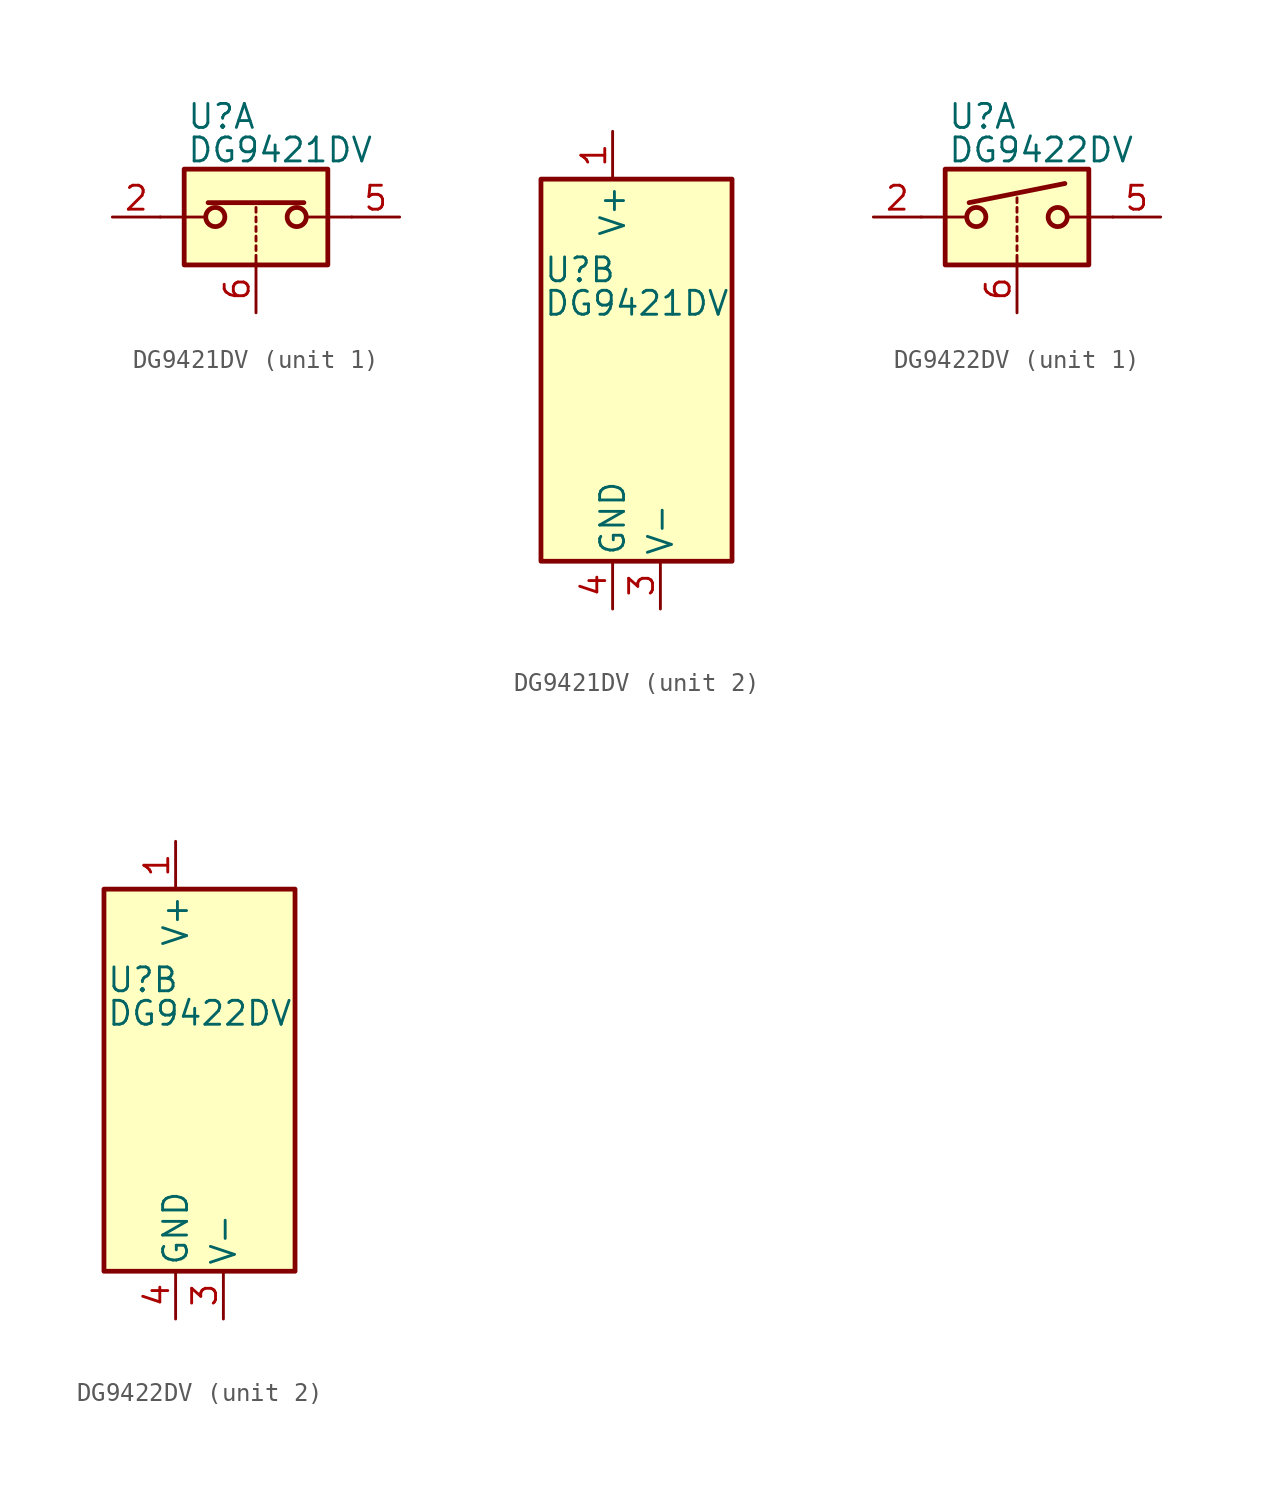
<source format=kicad_sym>
(kicad_symbol_lib
  (version 20211014)
  (generator kicad_symbol_editor)
  (symbol "DG9421DV"
    (pin_names
      (offset 0.254))
    (property "Reference" "U"
      (at -3.683 5.334 0)
      (effects (font (size 1.27 1.27)) (justify left)))
    (property "Value" "DG9421DV"
      (at -3.683 3.556 0)
      (effects (font (size 1.27 1.27)) (justify left)))
    (symbol "DG9421DV_1_1"
      (rectangle (start -3.81 2.54) (end 3.81 -2.54) (stroke (width 0.254) (type default) (color 0 0 0 0)) (fill (type background)))
      (circle (center -2.159 0) (radius 0.508) (stroke (width 0.254) (type default) (color 0 0 0 0)) (fill (type none)))
      (polyline (pts (xy -5.08 0) (xy -2.794 0)) (stroke (width 0) (type default) (color 0 0 0 0)) (fill (type none)))
      (polyline (pts (xy -2.54 0.762) (xy 2.54 0.762)) (stroke (width 0.254) (type default) (color 0 0 0 0)) (fill (type none)))
      (polyline (pts (xy 0 -2.54) (xy 0 -2.032)) (stroke (width 0) (type default) (color 0 0 0 0)) (fill (type none)))
      (polyline (pts (xy 0 -1.778) (xy 0 -1.524)) (stroke (width 0) (type default) (color 0 0 0 0)) (fill (type none)))
      (polyline (pts (xy 0 -1.27) (xy 0 -1.016)) (stroke (width 0) (type default) (color 0 0 0 0)) (fill (type none)))
      (polyline (pts (xy 0 -0.762) (xy 0 -0.508)) (stroke (width 0) (type default) (color 0 0 0 0)) (fill (type none)))
      (polyline (pts (xy 0 -0.254) (xy 0 0)) (stroke (width 0) (type default) (color 0 0 0 0)) (fill (type none)))
      (polyline (pts (xy 0 0.254) (xy 0 0.508)) (stroke (width 0) (type default) (color 0 0 0 0)) (fill (type none)))
      (polyline (pts (xy 5.08 0) (xy 2.794 0)) (stroke (width 0) (type default) (color 0 0 0 0)) (fill (type none)))
      (circle (center 2.159 0) (radius 0.508) (stroke (width 0.254) (type default) (color 0 0 0 0)) (fill (type none)))
      (pin passive line (at -7.62 0 0) (length 2.54) (name "~" (effects (font (size 1.27 1.27)))) (number "2" (effects (font (size 1.27 1.27)))))
      (pin passive line (at 7.62 0 180) (length 2.54) (name "~" (effects (font (size 1.27 1.27)))) (number "5" (effects (font (size 1.27 1.27)))))
      (pin input line (at 0 -5.08 90) (length 2.54) (name "~" (effects (font (size 1.27 1.27)))) (number "6" (effects (font (size 1.27 1.27))))))
    (symbol "DG9421DV_2_0"
      (pin power_in line (at 0 12.7 270) (length 2.54) (name "V+" (effects (font (size 1.27 1.27)))) (number "1" (effects (font (size 1.27 1.27)))))
      (pin power_in line (at 2.54 -12.7 90) (length 2.54) (name "V-" (effects (font (size 1.27 1.27)))) (number "3" (effects (font (size 1.27 1.27)))))
      (pin power_in line (at 0 -12.7 90) (length 2.54) (name "GND" (effects (font (size 1.27 1.27)))) (number "4" (effects (font (size 1.27 1.27))))))
    (symbol "DG9421DV_2_1"
      (rectangle (start -3.81 10.16) (end 6.35 -10.16) (stroke (width 0.254) (type default) (color 0 0 0 0)) (fill (type background)))))
  (symbol "DG9422DV"
    (pin_names
      (offset 0.254))
    (property "Reference" "U"
      (at -3.683 5.334 0)
      (effects (font (size 1.27 1.27)) (justify left)))
    (property "Value" "DG9422DV"
      (at -3.683 3.556 0)
      (effects (font (size 1.27 1.27)) (justify left)))
    (symbol "DG9422DV_1_1"
      (rectangle (start -3.81 2.54) (end 3.81 -2.54) (stroke (width 0.254) (type default) (color 0 0 0 0)) (fill (type background)))
      (circle (center -2.159 0) (radius 0.508) (stroke (width 0.254) (type default) (color 0 0 0 0)) (fill (type none)))
      (polyline (pts (xy -5.08 0) (xy -2.794 0)) (stroke (width 0) (type default) (color 0 0 0 0)) (fill (type none)))
      (polyline (pts (xy -2.54 0.762) (xy 2.54 1.778)) (stroke (width 0.254) (type default) (color 0 0 0 0)) (fill (type none)))
      (polyline (pts (xy 0 -2.54) (xy 0 -2.032)) (stroke (width 0) (type default) (color 0 0 0 0)) (fill (type none)))
      (polyline (pts (xy 0 -1.778) (xy 0 -1.524)) (stroke (width 0) (type default) (color 0 0 0 0)) (fill (type none)))
      (polyline (pts (xy 0 -1.27) (xy 0 -1.016)) (stroke (width 0) (type default) (color 0 0 0 0)) (fill (type none)))
      (polyline (pts (xy 0 -0.762) (xy 0 -0.508)) (stroke (width 0) (type default) (color 0 0 0 0)) (fill (type none)))
      (polyline (pts (xy 0 -0.254) (xy 0 0)) (stroke (width 0) (type default) (color 0 0 0 0)) (fill (type none)))
      (polyline (pts (xy 0 0.254) (xy 0 0.508)) (stroke (width 0) (type default) (color 0 0 0 0)) (fill (type none)))
      (polyline (pts (xy 0 0.762) (xy 0 1.016)) (stroke (width 0) (type default) (color 0 0 0 0)) (fill (type none)))
      (polyline (pts (xy 5.08 0) (xy 2.794 0)) (stroke (width 0) (type default) (color 0 0 0 0)) (fill (type none)))
      (circle (center 2.159 0) (radius 0.508) (stroke (width 0.254) (type default) (color 0 0 0 0)) (fill (type none)))
      (pin passive line (at -7.62 0 0) (length 2.54) (name "~" (effects (font (size 1.27 1.27)))) (number "2" (effects (font (size 1.27 1.27)))))
      (pin passive line (at 7.62 0 180) (length 2.54) (name "~" (effects (font (size 1.27 1.27)))) (number "5" (effects (font (size 1.27 1.27)))))
      (pin input line (at 0 -5.08 90) (length 2.54) (name "~" (effects (font (size 1.27 1.27)))) (number "6" (effects (font (size 1.27 1.27))))))
    (symbol "DG9422DV_2_0"
      (pin power_in line (at 0 12.7 270) (length 2.54) (name "V+" (effects (font (size 1.27 1.27)))) (number "1" (effects (font (size 1.27 1.27)))))
      (pin power_in line (at 2.54 -12.7 90) (length 2.54) (name "V-" (effects (font (size 1.27 1.27)))) (number "3" (effects (font (size 1.27 1.27)))))
      (pin power_in line (at 0 -12.7 90) (length 2.54) (name "GND" (effects (font (size 1.27 1.27)))) (number "4" (effects (font (size 1.27 1.27))))))
    (symbol "DG9422DV_2_1"
      (rectangle (start -3.81 10.16) (end 6.35 -10.16) (stroke (width 0.254) (type default) (color 0 0 0 0)) (fill (type background))))))
</source>
